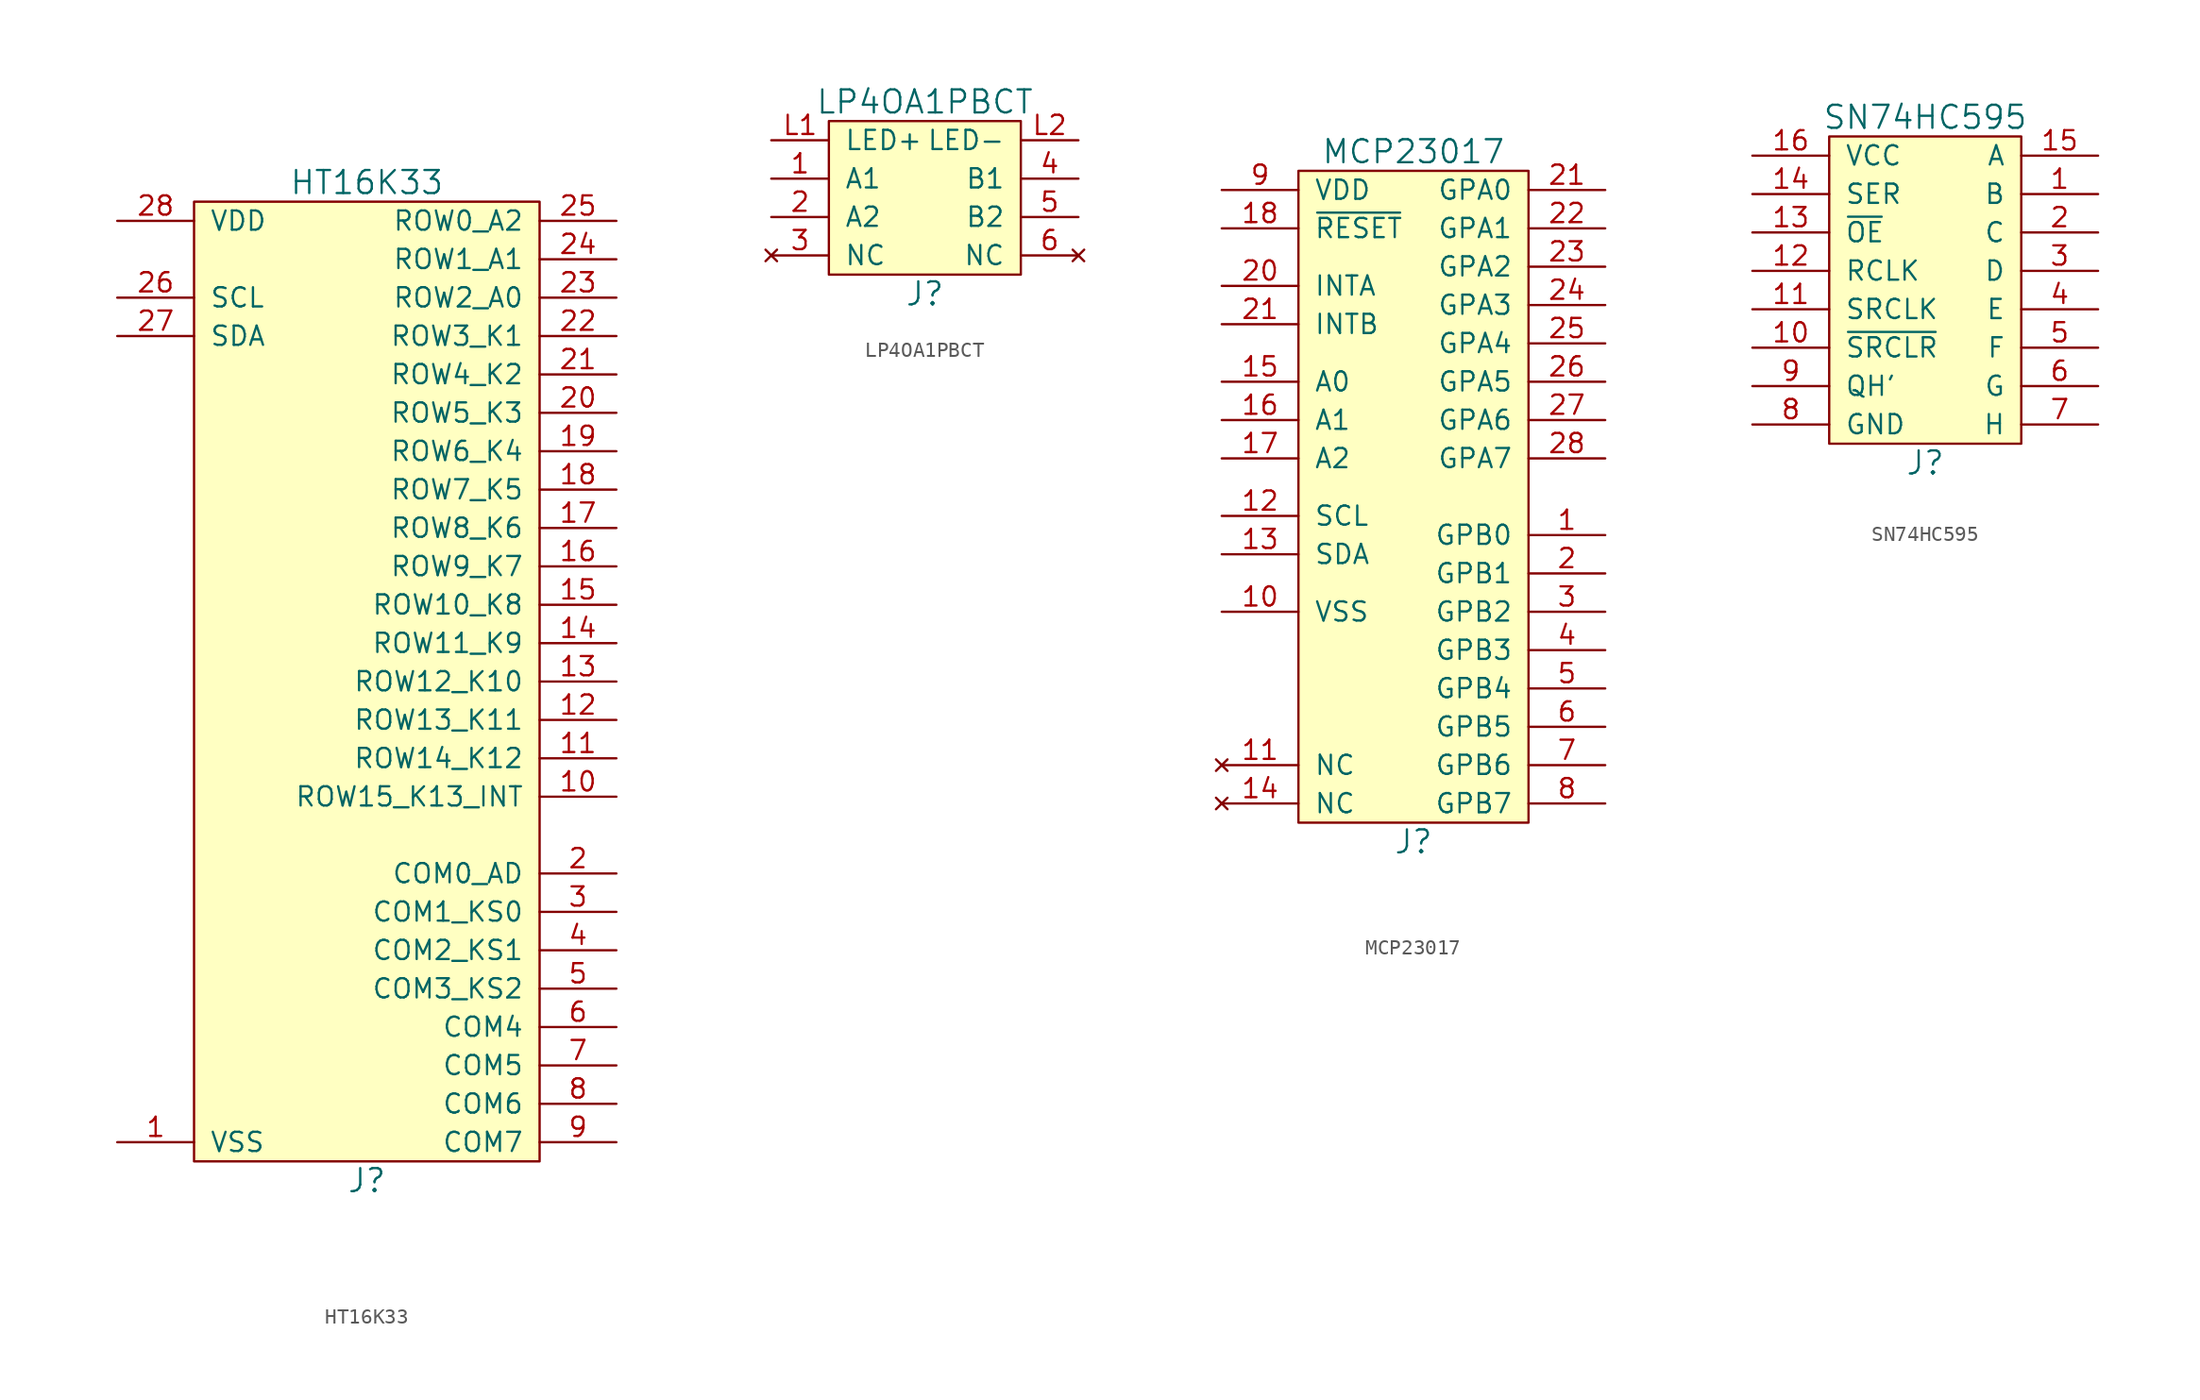
<source format=kicad_sym>
(kicad_symbol_lib
  (version 20211014)
  (generator kicad_symbol_editor)
  (symbol "HT16K33"
    (pin_names
      (offset 1.016))
    (property "Reference" "J"
      (at 0 -34.29 0)
      (effects (font (size 1.524 1.524))))
    (property "Value" "HT16K33"
      (at 0 31.75 0)
      (effects (font (size 1.524 1.524))))
    (property "Footprint" ""
      (at 0 29.21 0)
      (effects (font (size 1.524 1.524))))
    (property "Datasheet" ""
      (at 0 29.21 0)
      (effects (font (size 1.524 1.524))))
    (symbol "HT16K33_0_1"
      (rectangle (start 11.43 30.48) (end -11.43 -33.02) (stroke (width 0) (type default) (color 0 0 0 0)) (fill (type background))))
    (symbol "HT16K33_1_1"
      (pin power_in line (at -16.51 -31.75 0) (length 5.08) (name "VSS" (effects (font (size 1.27 1.27)))) (number "1" (effects (font (size 1.27 1.27)))))
      (pin bidirectional line (at 16.51 -8.89 180) (length 5.08) (name "ROW15_K13_INT" (effects (font (size 1.27 1.27)))) (number "10" (effects (font (size 1.27 1.27)))))
      (pin bidirectional line (at 16.51 -6.35 180) (length 5.08) (name "ROW14_K12" (effects (font (size 1.27 1.27)))) (number "11" (effects (font (size 1.27 1.27)))))
      (pin bidirectional line (at 16.51 -3.81 180) (length 5.08) (name "ROW13_K11" (effects (font (size 1.27 1.27)))) (number "12" (effects (font (size 1.27 1.27)))))
      (pin bidirectional line (at 16.51 -1.27 180) (length 5.08) (name "ROW12_K10" (effects (font (size 1.27 1.27)))) (number "13" (effects (font (size 1.27 1.27)))))
      (pin bidirectional line (at 16.51 1.27 180) (length 5.08) (name "ROW11_K9" (effects (font (size 1.27 1.27)))) (number "14" (effects (font (size 1.27 1.27)))))
      (pin bidirectional line (at 16.51 3.81 180) (length 5.08) (name "ROW10_K8" (effects (font (size 1.27 1.27)))) (number "15" (effects (font (size 1.27 1.27)))))
      (pin bidirectional line (at 16.51 6.35 180) (length 5.08) (name "ROW9_K7" (effects (font (size 1.27 1.27)))) (number "16" (effects (font (size 1.27 1.27)))))
      (pin bidirectional line (at 16.51 8.89 180) (length 5.08) (name "ROW8_K6" (effects (font (size 1.27 1.27)))) (number "17" (effects (font (size 1.27 1.27)))))
      (pin bidirectional line (at 16.51 11.43 180) (length 5.08) (name "ROW7_K5" (effects (font (size 1.27 1.27)))) (number "18" (effects (font (size 1.27 1.27)))))
      (pin bidirectional line (at 16.51 13.97 180) (length 5.08) (name "ROW6_K4" (effects (font (size 1.27 1.27)))) (number "19" (effects (font (size 1.27 1.27)))))
      (pin output line (at 16.51 -13.97 180) (length 5.08) (name "COM0_AD" (effects (font (size 1.27 1.27)))) (number "2" (effects (font (size 1.27 1.27)))))
      (pin bidirectional line (at 16.51 16.51 180) (length 5.08) (name "ROW5_K3" (effects (font (size 1.27 1.27)))) (number "20" (effects (font (size 1.27 1.27)))))
      (pin bidirectional line (at 16.51 19.05 180) (length 5.08) (name "ROW4_K2" (effects (font (size 1.27 1.27)))) (number "21" (effects (font (size 1.27 1.27)))))
      (pin bidirectional line (at 16.51 21.59 180) (length 5.08) (name "ROW3_K1" (effects (font (size 1.27 1.27)))) (number "22" (effects (font (size 1.27 1.27)))))
      (pin bidirectional line (at 16.51 24.13 180) (length 5.08) (name "ROW2_A0" (effects (font (size 1.27 1.27)))) (number "23" (effects (font (size 1.27 1.27)))))
      (pin bidirectional line (at 16.51 26.67 180) (length 5.08) (name "ROW1_A1" (effects (font (size 1.27 1.27)))) (number "24" (effects (font (size 1.27 1.27)))))
      (pin bidirectional line (at 16.51 29.21 180) (length 5.08) (name "ROW0_A2" (effects (font (size 1.27 1.27)))) (number "25" (effects (font (size 1.27 1.27)))))
      (pin input line (at -16.51 24.13 0) (length 5.08) (name "SCL" (effects (font (size 1.27 1.27)))) (number "26" (effects (font (size 1.27 1.27)))))
      (pin bidirectional line (at -16.51 21.59 0) (length 5.08) (name "SDA" (effects (font (size 1.27 1.27)))) (number "27" (effects (font (size 1.27 1.27)))))
      (pin power_in line (at -16.51 29.21 0) (length 5.08) (name "VDD" (effects (font (size 1.27 1.27)))) (number "28" (effects (font (size 1.27 1.27)))))
      (pin output line (at 16.51 -16.51 180) (length 5.08) (name "COM1_KS0" (effects (font (size 1.27 1.27)))) (number "3" (effects (font (size 1.27 1.27)))))
      (pin output line (at 16.51 -19.05 180) (length 5.08) (name "COM2_KS1" (effects (font (size 1.27 1.27)))) (number "4" (effects (font (size 1.27 1.27)))))
      (pin output line (at 16.51 -21.59 180) (length 5.08) (name "COM3_KS2" (effects (font (size 1.27 1.27)))) (number "5" (effects (font (size 1.27 1.27)))))
      (pin output line (at 16.51 -24.13 180) (length 5.08) (name "COM4" (effects (font (size 1.27 1.27)))) (number "6" (effects (font (size 1.27 1.27)))))
      (pin output line (at 16.51 -26.67 180) (length 5.08) (name "COM5" (effects (font (size 1.27 1.27)))) (number "7" (effects (font (size 1.27 1.27)))))
      (pin output line (at 16.51 -29.21 180) (length 5.08) (name "COM6" (effects (font (size 1.27 1.27)))) (number "8" (effects (font (size 1.27 1.27)))))
      (pin output line (at 16.51 -31.75 180) (length 5.08) (name "COM7" (effects (font (size 1.27 1.27)))) (number "9" (effects (font (size 1.27 1.27)))))))
  (symbol "LP4OA1PBCT"
    (pin_names
      (offset 1.016))
    (property "Reference" "J"
      (at 0 -6.35 0)
      (effects (font (size 1.524 1.524))))
    (property "Value" "LP4OA1PBCT"
      (at 0 6.35 0)
      (effects (font (size 1.524 1.524))))
    (property "Footprint" ""
      (at 1.27 -6.35 0)
      (effects (font (size 1.524 1.524))))
    (property "Datasheet" ""
      (at 1.27 -6.35 0)
      (effects (font (size 1.524 1.524))))
    (symbol "LP4OA1PBCT_0_1"
      (rectangle (start -6.35 5.08) (end 6.35 -5.08) (stroke (width 0) (type default) (color 0 0 0 0)) (fill (type background))))
    (symbol "LP4OA1PBCT_1_1"
      (pin passive line (at -10.16 1.27 0) (length 3.81) (name "A1" (effects (font (size 1.27 1.27)))) (number "1" (effects (font (size 1.27 1.27)))))
      (pin passive line (at -10.16 -1.27 0) (length 3.81) (name "A2" (effects (font (size 1.27 1.27)))) (number "2" (effects (font (size 1.27 1.27)))))
      (pin no_connect line (at -10.16 -3.81 0) (length 3.81) (name "NC" (effects (font (size 1.27 1.27)))) (number "3" (effects (font (size 1.27 1.27)))))
      (pin passive line (at 10.16 1.27 180) (length 3.81) (name "B1" (effects (font (size 1.27 1.27)))) (number "4" (effects (font (size 1.27 1.27)))))
      (pin passive line (at 10.16 -1.27 180) (length 3.81) (name "B2" (effects (font (size 1.27 1.27)))) (number "5" (effects (font (size 1.27 1.27)))))
      (pin no_connect line (at 10.16 -3.81 180) (length 3.81) (name "NC" (effects (font (size 1.27 1.27)))) (number "6" (effects (font (size 1.27 1.27)))))
      (pin passive line (at -10.16 3.81 0) (length 3.81) (name "LED+" (effects (font (size 1.27 1.27)))) (number "L1" (effects (font (size 1.27 1.27)))))
      (pin passive line (at 10.16 3.81 180) (length 3.81) (name "LED-" (effects (font (size 1.27 1.27)))) (number "L2" (effects (font (size 1.27 1.27)))))))
  (symbol "MCP23017"
    (pin_names
      (offset 1.016))
    (property "Reference" "J"
      (at 0 -22.86 0)
      (effects (font (size 1.524 1.524))))
    (property "Value" "MCP23017"
      (at 0 22.86 0)
      (effects (font (size 1.524 1.524))))
    (property "Footprint" ""
      (at 0 20.32 0)
      (effects (font (size 1.524 1.524))))
    (property "Datasheet" ""
      (at 0 20.32 0)
      (effects (font (size 1.524 1.524))))
    (symbol "MCP23017_0_1"
      (rectangle (start -7.62 21.59) (end 7.62 -21.59) (stroke (width 0) (type default) (color 0 0 0 0)) (fill (type background))))
    (symbol "MCP23017_1_1"
      (pin bidirectional line (at 12.7 -2.54 180) (length 5.08) (name "GPB0" (effects (font (size 1.27 1.27)))) (number "1" (effects (font (size 1.27 1.27)))))
      (pin power_in line (at -12.7 -7.62 0) (length 5.08) (name "VSS" (effects (font (size 1.27 1.27)))) (number "10" (effects (font (size 1.27 1.27)))))
      (pin no_connect line (at -12.7 -17.78 0) (length 5.08) (name "NC" (effects (font (size 1.27 1.27)))) (number "11" (effects (font (size 1.27 1.27)))))
      (pin input line (at -12.7 -1.27 0) (length 5.08) (name "SCL" (effects (font (size 1.27 1.27)))) (number "12" (effects (font (size 1.27 1.27)))))
      (pin bidirectional line (at -12.7 -3.81 0) (length 5.08) (name "SDA" (effects (font (size 1.27 1.27)))) (number "13" (effects (font (size 1.27 1.27)))))
      (pin no_connect line (at -12.7 -20.32 0) (length 5.08) (name "NC" (effects (font (size 1.27 1.27)))) (number "14" (effects (font (size 1.27 1.27)))))
      (pin input line (at -12.7 7.62 0) (length 5.08) (name "A0" (effects (font (size 1.27 1.27)))) (number "15" (effects (font (size 1.27 1.27)))))
      (pin input line (at -12.7 5.08 0) (length 5.08) (name "A1" (effects (font (size 1.27 1.27)))) (number "16" (effects (font (size 1.27 1.27)))))
      (pin input line (at -12.7 2.54 0) (length 5.08) (name "A2" (effects (font (size 1.27 1.27)))) (number "17" (effects (font (size 1.27 1.27)))))
      (pin input line (at -12.7 17.78 0) (length 5.08) (name "~{RESET}" (effects (font (size 1.27 1.27)))) (number "18" (effects (font (size 1.27 1.27)))))
      (pin bidirectional line (at 12.7 -5.08 180) (length 5.08) (name "GPB1" (effects (font (size 1.27 1.27)))) (number "2" (effects (font (size 1.27 1.27)))))
      (pin output line (at -12.7 13.97 0) (length 5.08) (name "INTA" (effects (font (size 1.27 1.27)))) (number "20" (effects (font (size 1.27 1.27)))))
      (pin bidirectional line (at 12.7 20.32 180) (length 5.08) (name "GPA0" (effects (font (size 1.27 1.27)))) (number "21" (effects (font (size 1.27 1.27)))))
      (pin output line (at -12.7 11.43 0) (length 5.08) (name "INTB" (effects (font (size 1.27 1.27)))) (number "21" (effects (font (size 1.27 1.27)))))
      (pin bidirectional line (at 12.7 17.78 180) (length 5.08) (name "GPA1" (effects (font (size 1.27 1.27)))) (number "22" (effects (font (size 1.27 1.27)))))
      (pin bidirectional line (at 12.7 15.24 180) (length 5.08) (name "GPA2" (effects (font (size 1.27 1.27)))) (number "23" (effects (font (size 1.27 1.27)))))
      (pin bidirectional line (at 12.7 12.7 180) (length 5.08) (name "GPA3" (effects (font (size 1.27 1.27)))) (number "24" (effects (font (size 1.27 1.27)))))
      (pin bidirectional line (at 12.7 10.16 180) (length 5.08) (name "GPA4" (effects (font (size 1.27 1.27)))) (number "25" (effects (font (size 1.27 1.27)))))
      (pin bidirectional line (at 12.7 7.62 180) (length 5.08) (name "GPA5" (effects (font (size 1.27 1.27)))) (number "26" (effects (font (size 1.27 1.27)))))
      (pin bidirectional line (at 12.7 5.08 180) (length 5.08) (name "GPA6" (effects (font (size 1.27 1.27)))) (number "27" (effects (font (size 1.27 1.27)))))
      (pin bidirectional line (at 12.7 2.54 180) (length 5.08) (name "GPA7" (effects (font (size 1.27 1.27)))) (number "28" (effects (font (size 1.27 1.27)))))
      (pin bidirectional line (at 12.7 -7.62 180) (length 5.08) (name "GPB2" (effects (font (size 1.27 1.27)))) (number "3" (effects (font (size 1.27 1.27)))))
      (pin bidirectional line (at 12.7 -10.16 180) (length 5.08) (name "GPB3" (effects (font (size 1.27 1.27)))) (number "4" (effects (font (size 1.27 1.27)))))
      (pin bidirectional line (at 12.7 -12.7 180) (length 5.08) (name "GPB4" (effects (font (size 1.27 1.27)))) (number "5" (effects (font (size 1.27 1.27)))))
      (pin bidirectional line (at 12.7 -15.24 180) (length 5.08) (name "GPB5" (effects (font (size 1.27 1.27)))) (number "6" (effects (font (size 1.27 1.27)))))
      (pin bidirectional line (at 12.7 -17.78 180) (length 5.08) (name "GPB6" (effects (font (size 1.27 1.27)))) (number "7" (effects (font (size 1.27 1.27)))))
      (pin bidirectional line (at 12.7 -20.32 180) (length 5.08) (name "GPB7" (effects (font (size 1.27 1.27)))) (number "8" (effects (font (size 1.27 1.27)))))
      (pin power_in line (at -12.7 20.32 0) (length 5.08) (name "VDD" (effects (font (size 1.27 1.27)))) (number "9" (effects (font (size 1.27 1.27)))))))
  (symbol "SN74HC595"
    (pin_names
      (offset 1.016))
    (property "Reference" "J"
      (at 0 -11.43 0)
      (effects (font (size 1.524 1.524))))
    (property "Value" "SN74HC595"
      (at 0 11.43 0)
      (effects (font (size 1.524 1.524))))
    (property "Footprint" ""
      (at 0 1.27 0)
      (effects (font (size 1.524 1.524))))
    (property "Datasheet" ""
      (at 0 1.27 0)
      (effects (font (size 1.524 1.524))))
    (symbol "SN74HC595_0_1"
      (rectangle (start -6.35 10.16) (end 6.35 -10.16) (stroke (width 0) (type default) (color 0 0 0 0)) (fill (type background))))
    (symbol "SN74HC595_1_1"
      (pin output line (at 11.43 6.35 180) (length 5.08) (name "B" (effects (font (size 1.27 1.27)))) (number "1" (effects (font (size 1.27 1.27)))))
      (pin input line (at -11.43 -3.81 0) (length 5.08) (name "~{SRCLR}" (effects (font (size 1.27 1.27)))) (number "10" (effects (font (size 1.27 1.27)))))
      (pin input line (at -11.43 -1.27 0) (length 5.08) (name "SRCLK" (effects (font (size 1.27 1.27)))) (number "11" (effects (font (size 1.27 1.27)))))
      (pin input line (at -11.43 1.27 0) (length 5.08) (name "RCLK" (effects (font (size 1.27 1.27)))) (number "12" (effects (font (size 1.27 1.27)))))
      (pin input line (at -11.43 3.81 0) (length 5.08) (name "~{OE}" (effects (font (size 1.27 1.27)))) (number "13" (effects (font (size 1.27 1.27)))))
      (pin input line (at -11.43 6.35 0) (length 5.08) (name "SER" (effects (font (size 1.27 1.27)))) (number "14" (effects (font (size 1.27 1.27)))))
      (pin output line (at 11.43 8.89 180) (length 5.08) (name "A" (effects (font (size 1.27 1.27)))) (number "15" (effects (font (size 1.27 1.27)))))
      (pin power_in line (at -11.43 8.89 0) (length 5.08) (name "VCC" (effects (font (size 1.27 1.27)))) (number "16" (effects (font (size 1.27 1.27)))))
      (pin output line (at 11.43 3.81 180) (length 5.08) (name "C" (effects (font (size 1.27 1.27)))) (number "2" (effects (font (size 1.27 1.27)))))
      (pin output line (at 11.43 1.27 180) (length 5.08) (name "D" (effects (font (size 1.27 1.27)))) (number "3" (effects (font (size 1.27 1.27)))))
      (pin output line (at 11.43 -1.27 180) (length 5.08) (name "E" (effects (font (size 1.27 1.27)))) (number "4" (effects (font (size 1.27 1.27)))))
      (pin output line (at 11.43 -3.81 180) (length 5.08) (name "F" (effects (font (size 1.27 1.27)))) (number "5" (effects (font (size 1.27 1.27)))))
      (pin output line (at 11.43 -6.35 180) (length 5.08) (name "G" (effects (font (size 1.27 1.27)))) (number "6" (effects (font (size 1.27 1.27)))))
      (pin output line (at 11.43 -8.89 180) (length 5.08) (name "H" (effects (font (size 1.27 1.27)))) (number "7" (effects (font (size 1.27 1.27)))))
      (pin power_in line (at -11.43 -8.89 0) (length 5.08) (name "GND" (effects (font (size 1.27 1.27)))) (number "8" (effects (font (size 1.27 1.27)))))
      (pin output line (at -11.43 -6.35 0) (length 5.08) (name "QH'" (effects (font (size 1.27 1.27)))) (number "9" (effects (font (size 1.27 1.27))))))))
</source>
